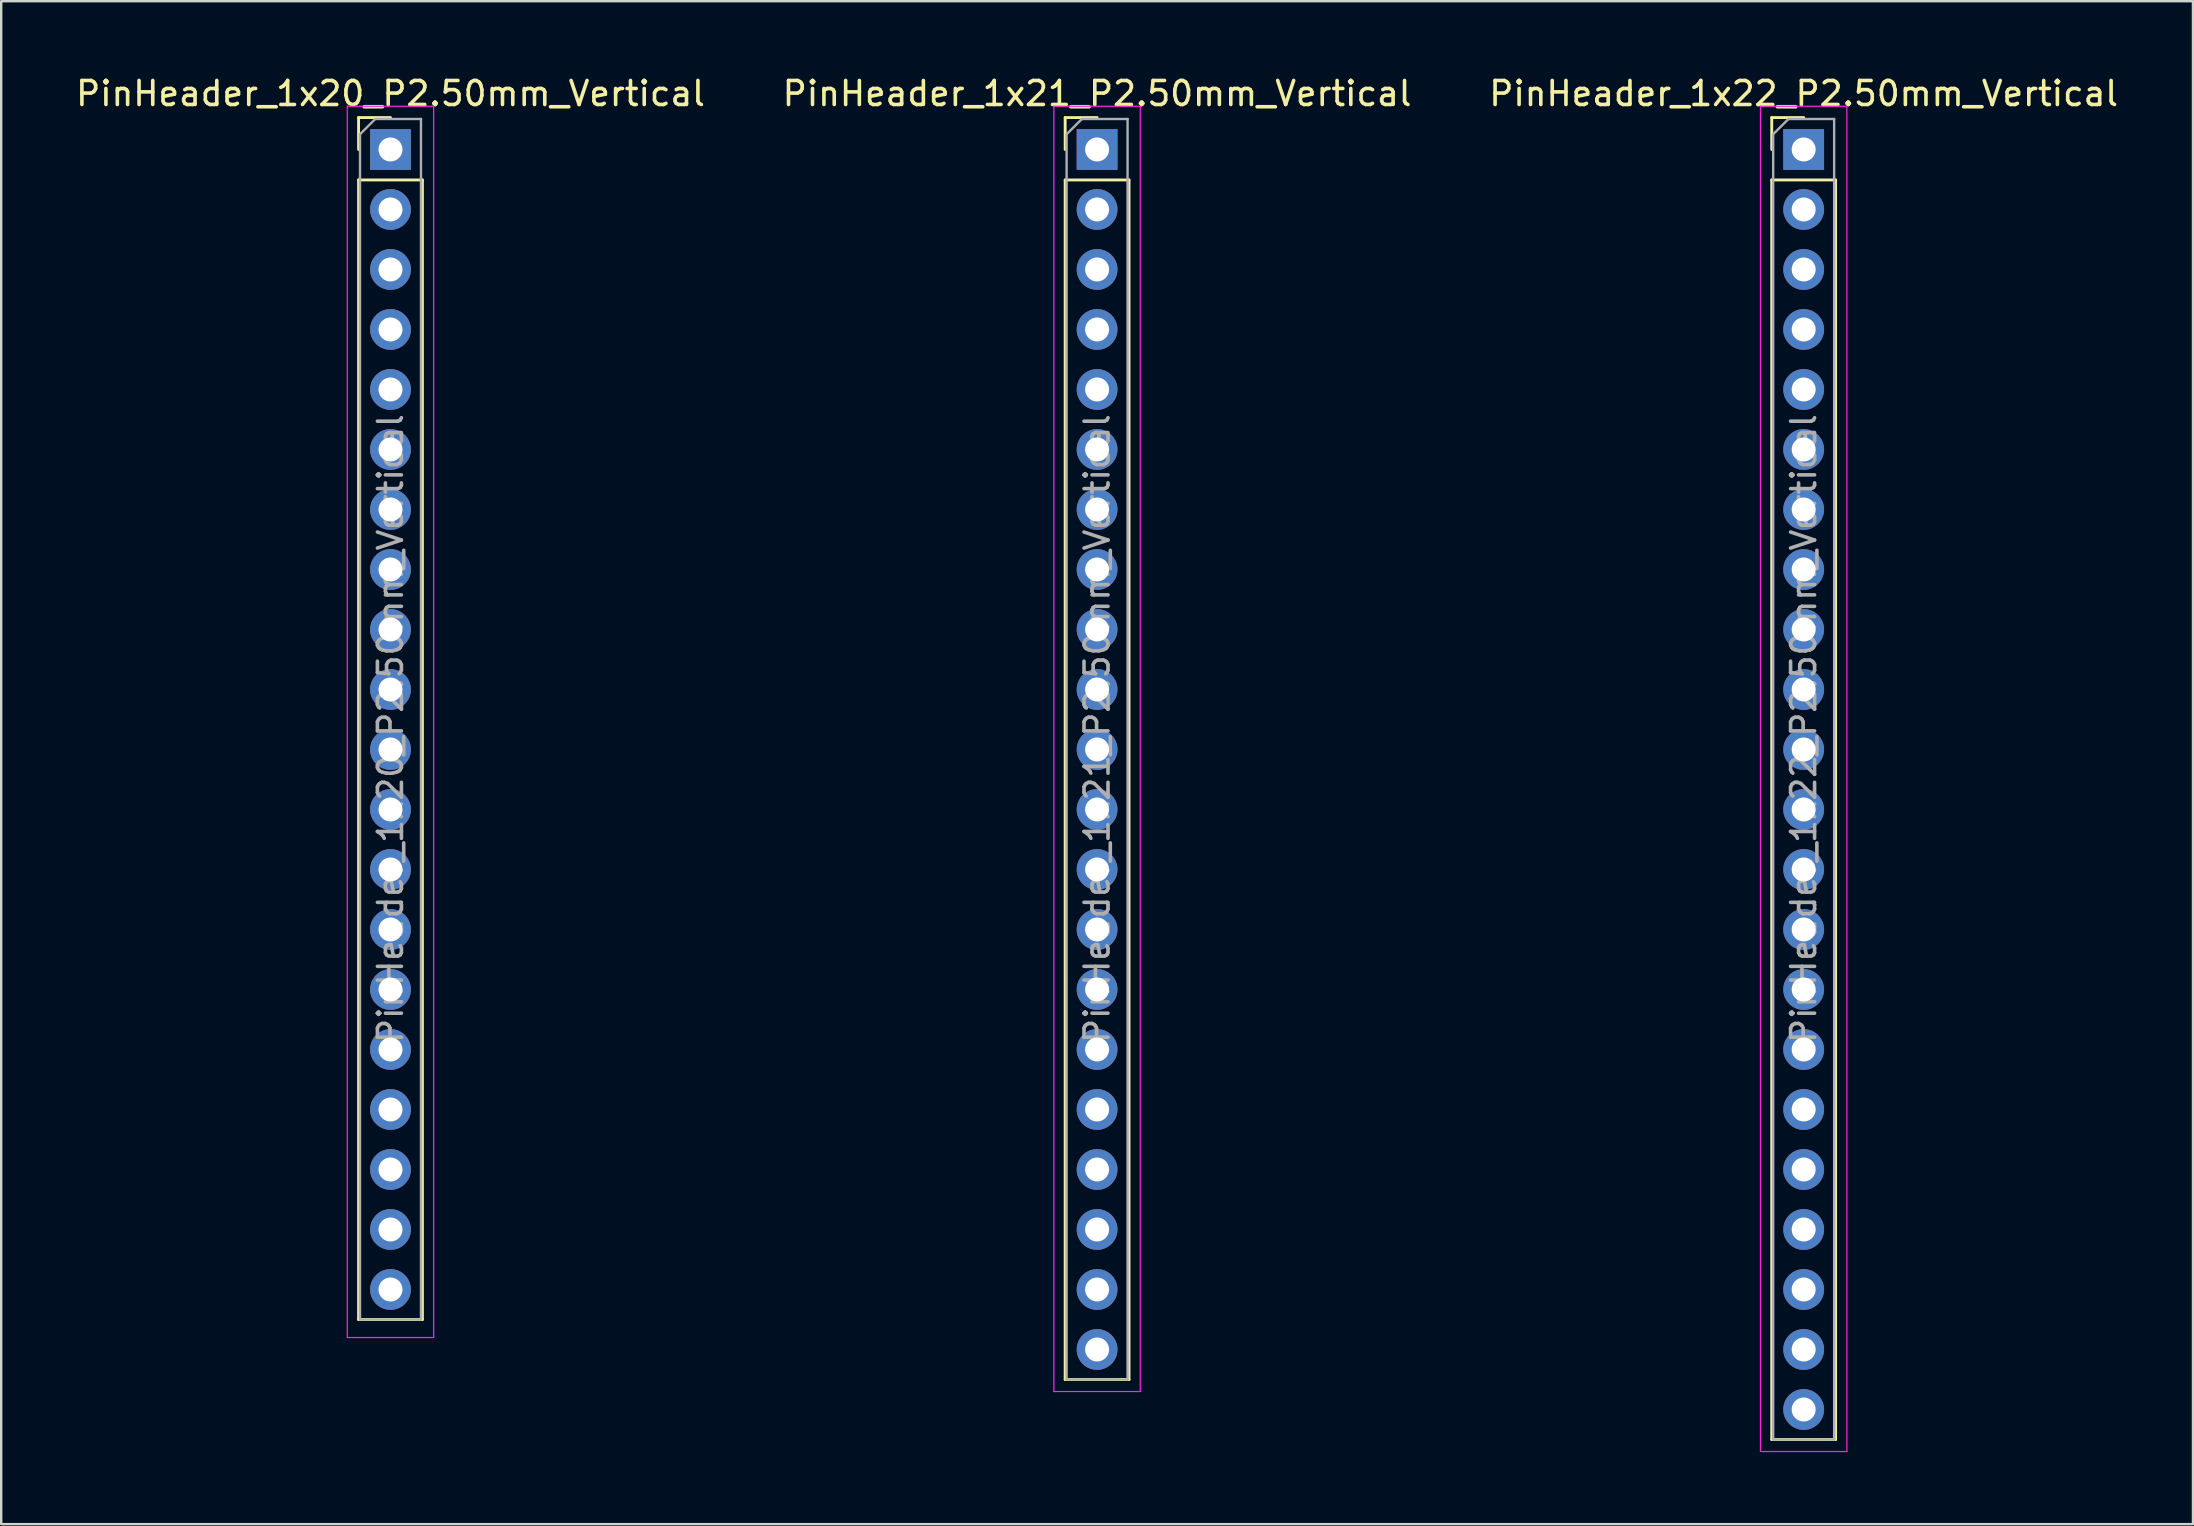
<source format=kicad_pcb>
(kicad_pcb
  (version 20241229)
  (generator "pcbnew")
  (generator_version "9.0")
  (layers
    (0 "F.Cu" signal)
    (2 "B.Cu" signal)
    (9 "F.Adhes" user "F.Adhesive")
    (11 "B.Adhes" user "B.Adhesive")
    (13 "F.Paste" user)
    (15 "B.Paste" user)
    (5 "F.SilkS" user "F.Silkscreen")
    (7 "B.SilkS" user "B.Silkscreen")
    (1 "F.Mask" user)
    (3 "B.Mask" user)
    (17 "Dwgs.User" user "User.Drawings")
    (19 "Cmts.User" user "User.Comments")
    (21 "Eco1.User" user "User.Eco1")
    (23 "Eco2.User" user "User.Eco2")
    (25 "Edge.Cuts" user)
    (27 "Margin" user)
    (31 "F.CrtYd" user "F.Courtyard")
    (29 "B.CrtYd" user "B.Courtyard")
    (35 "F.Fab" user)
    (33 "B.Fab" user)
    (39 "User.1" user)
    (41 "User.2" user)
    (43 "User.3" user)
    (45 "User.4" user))
  (footprint "PinHeader_1x20_P2.50mm_Vertical"
    (layer "F.Cu")
    (at 13.22 5.678)
    (property "Reference" "PinHeader_1x20_P2.50mm_Vertical" (at 0 -4.83 0) (layer "F.SilkS") (effects (font (size 1 1) (thickness 0.15))))
    (attr through_hole)
    (fp_line (start -1.33 -3.83) (end 0 -3.83) (stroke (width 0.12) (type solid)) (layer "F.SilkS"))
    (fp_line (start -1.33 -2.5) (end -1.33 -3.83) (stroke (width 0.12) (type solid)) (layer "F.SilkS"))
    (fp_line (start -1.33 -1.23) (end -1.33 46.25) (stroke (width 0.12) (type solid)) (layer "F.SilkS"))
    (fp_line (start -1.33 -1.23) (end 1.33 -1.23) (stroke (width 0.12) (type solid)) (layer "F.SilkS"))
    (fp_line (start -1.33 46.25) (end 1.33 46.25) (stroke (width 0.12) (type solid)) (layer "F.SilkS"))
    (fp_line (start 1.33 -1.23) (end 1.33 46.25) (stroke (width 0.12) (type solid)) (layer "F.SilkS"))
    (fp_line (start -1.8 -4.3) (end -1.8 47) (stroke (width 0.05) (type solid)) (layer "F.CrtYd"))
    (fp_line (start -1.8 47) (end 1.8 47) (stroke (width 0.05) (type solid)) (layer "F.CrtYd"))
    (fp_line (start 1.8 -4.3) (end -1.8 -4.3) (stroke (width 0.05) (type solid)) (layer "F.CrtYd"))
    (fp_line (start 1.8 47) (end 1.8 -4.3) (stroke (width 0.05) (type solid)) (layer "F.CrtYd"))
    (fp_line (start -1.27 -3.135) (end -0.635 -3.77) (stroke (width 0.1) (type solid)) (layer "F.Fab"))
    (fp_line (start -1.27 46.25) (end -1.27 -3.135) (stroke (width 0.1) (type solid)) (layer "F.Fab"))
    (fp_line (start -0.635 -3.77) (end 1.27 -3.77) (stroke (width 0.1) (type solid)) (layer "F.Fab"))
    (fp_line (start 1.27 -3.77) (end 1.27 46.25) (stroke (width 0.1) (type solid)) (layer "F.Fab"))
    (fp_line (start 1.27 46.25) (end -1.27 46.25) (stroke (width 0.1) (type solid)) (layer "F.Fab"))
    (fp_text user "${REFERENCE}" (at 0 21.63 90) (layer "F.Fab") (effects (font (size 1 1) (thickness 0.15))))
    (pad "1" thru_hole rect (at 0 -2.5) (size 1.7 1.7) (drill 1) (layers "*.Cu" "*.Mask"))
    (pad "2" thru_hole oval (at 0 0) (size 1.7 1.7) (drill 1) (layers "*.Cu" "*.Mask"))
    (pad "3" thru_hole oval (at 0 2.5) (size 1.7 1.7) (drill 1) (layers "*.Cu" "*.Mask"))
    (pad "4" thru_hole oval (at 0 5) (size 1.7 1.7) (drill 1) (layers "*.Cu" "*.Mask"))
    (pad "5" thru_hole oval (at 0 7.5) (size 1.7 1.7) (drill 1) (layers "*.Cu" "*.Mask"))
    (pad "6" thru_hole oval (at 0 10) (size 1.7 1.7) (drill 1) (layers "*.Cu" "*.Mask"))
    (pad "7" thru_hole oval (at 0 12.5) (size 1.7 1.7) (drill 1) (layers "*.Cu" "*.Mask"))
    (pad "8" thru_hole oval (at 0 15) (size 1.7 1.7) (drill 1) (layers "*.Cu" "*.Mask"))
    (pad "9" thru_hole oval (at 0 17.5) (size 1.7 1.7) (drill 1) (layers "*.Cu" "*.Mask"))
    (pad "10" thru_hole oval (at 0 20) (size 1.7 1.7) (drill 1) (layers "*.Cu" "*.Mask"))
    (pad "11" thru_hole oval (at 0 22.5) (size 1.7 1.7) (drill 1) (layers "*.Cu" "*.Mask"))
    (pad "12" thru_hole oval (at 0 25) (size 1.7 1.7) (drill 1) (layers "*.Cu" "*.Mask"))
    (pad "13" thru_hole oval (at 0 27.5) (size 1.7 1.7) (drill 1) (layers "*.Cu" "*.Mask"))
    (pad "14" thru_hole oval (at 0 30) (size 1.7 1.7) (drill 1) (layers "*.Cu" "*.Mask"))
    (pad "15" thru_hole oval (at 0 32.5) (size 1.7 1.7) (drill 1) (layers "*.Cu" "*.Mask"))
    (pad "16" thru_hole oval (at 0 35) (size 1.7 1.7) (drill 1) (layers "*.Cu" "*.Mask"))
    (pad "17" thru_hole oval (at 0 37.5) (size 1.7 1.7) (drill 1) (layers "*.Cu" "*.Mask"))
    (pad "18" thru_hole oval (at 0 40) (size 1.7 1.7) (drill 1) (layers "*.Cu" "*.Mask"))
    (pad "19" thru_hole oval (at 0 42.5) (size 1.7 1.7) (drill 1) (layers "*.Cu" "*.Mask"))
    (pad "20" thru_hole oval (at 0 45) (size 1.7 1.7) (drill 1) (layers "*.Cu" "*.Mask")))
  (footprint "PinHeader_1x21_P2.50mm_Vertical"
    (layer "F.Cu")
    (at 42.661 8.178)
    (property "Reference" "PinHeader_1x21_P2.50mm_Vertical" (at 0 -7.33 0) (layer "F.SilkS") (effects (font (size 1 1) (thickness 0.15))))
    (attr through_hole)
    (fp_line (start -1.33 -6.33) (end 0 -6.33) (stroke (width 0.12) (type solid)) (layer "F.SilkS"))
    (fp_line (start -1.33 -5) (end -1.33 -6.33) (stroke (width 0.12) (type solid)) (layer "F.SilkS"))
    (fp_line (start -1.33 -3.73) (end -1.33 46.25) (stroke (width 0.12) (type solid)) (layer "F.SilkS"))
    (fp_line (start -1.33 -3.73) (end 1.33 -3.73) (stroke (width 0.12) (type solid)) (layer "F.SilkS"))
    (fp_line (start -1.33 46.25) (end 1.33 46.25) (stroke (width 0.12) (type solid)) (layer "F.SilkS"))
    (fp_line (start 1.33 -3.73) (end 1.33 46.25) (stroke (width 0.12) (type solid)) (layer "F.SilkS"))
    (fp_line (start -1.8 -6.8) (end -1.8 46.75) (stroke (width 0.05) (type solid)) (layer "F.CrtYd"))
    (fp_line (start -1.8 46.75) (end 1.8 46.75) (stroke (width 0.05) (type solid)) (layer "F.CrtYd"))
    (fp_line (start 1.8 -6.8) (end -1.8 -6.8) (stroke (width 0.05) (type solid)) (layer "F.CrtYd"))
    (fp_line (start 1.8 46.75) (end 1.8 -6.8) (stroke (width 0.05) (type solid)) (layer "F.CrtYd"))
    (fp_line (start -1.27 -5.635) (end -0.635 -6.27) (stroke (width 0.1) (type solid)) (layer "F.Fab"))
    (fp_line (start -1.27 46.25) (end -1.27 -5.635) (stroke (width 0.1) (type solid)) (layer "F.Fab"))
    (fp_line (start -0.635 -6.27) (end 1.27 -6.27) (stroke (width 0.1) (type solid)) (layer "F.Fab"))
    (fp_line (start 1.27 -6.27) (end 1.27 46.25) (stroke (width 0.1) (type solid)) (layer "F.Fab"))
    (fp_line (start 1.27 46.25) (end -1.27 46.25) (stroke (width 0.1) (type solid)) (layer "F.Fab"))
    (fp_text user "${REFERENCE}" (at 0 19.13 90) (layer "F.Fab") (effects (font (size 1 1) (thickness 0.15))))
    (pad "1" thru_hole rect (at 0 -5) (size 1.7 1.7) (drill 1) (layers "*.Cu" "*.Mask"))
    (pad "2" thru_hole oval (at 0 -2.5) (size 1.7 1.7) (drill 1) (layers "*.Cu" "*.Mask"))
    (pad "3" thru_hole oval (at 0 0) (size 1.7 1.7) (drill 1) (layers "*.Cu" "*.Mask"))
    (pad "4" thru_hole oval (at 0 2.5) (size 1.7 1.7) (drill 1) (layers "*.Cu" "*.Mask"))
    (pad "5" thru_hole oval (at 0 5) (size 1.7 1.7) (drill 1) (layers "*.Cu" "*.Mask"))
    (pad "6" thru_hole oval (at 0 7.5) (size 1.7 1.7) (drill 1) (layers "*.Cu" "*.Mask"))
    (pad "7" thru_hole oval (at 0 10) (size 1.7 1.7) (drill 1) (layers "*.Cu" "*.Mask"))
    (pad "8" thru_hole oval (at 0 12.5) (size 1.7 1.7) (drill 1) (layers "*.Cu" "*.Mask"))
    (pad "9" thru_hole oval (at 0 15) (size 1.7 1.7) (drill 1) (layers "*.Cu" "*.Mask"))
    (pad "10" thru_hole oval (at 0 17.5) (size 1.7 1.7) (drill 1) (layers "*.Cu" "*.Mask"))
    (pad "11" thru_hole oval (at 0 20) (size 1.7 1.7) (drill 1) (layers "*.Cu" "*.Mask"))
    (pad "12" thru_hole oval (at 0 22.5) (size 1.7 1.7) (drill 1) (layers "*.Cu" "*.Mask"))
    (pad "13" thru_hole oval (at 0 25) (size 1.7 1.7) (drill 1) (layers "*.Cu" "*.Mask"))
    (pad "14" thru_hole oval (at 0 27.5) (size 1.7 1.7) (drill 1) (layers "*.Cu" "*.Mask"))
    (pad "15" thru_hole oval (at 0 30) (size 1.7 1.7) (drill 1) (layers "*.Cu" "*.Mask"))
    (pad "16" thru_hole oval (at 0 32.5) (size 1.7 1.7) (drill 1) (layers "*.Cu" "*.Mask"))
    (pad "17" thru_hole oval (at 0 35) (size 1.7 1.7) (drill 1) (layers "*.Cu" "*.Mask"))
    (pad "18" thru_hole oval (at 0 37.5) (size 1.7 1.7) (drill 1) (layers "*.Cu" "*.Mask"))
    (pad "19" thru_hole oval (at 0 40) (size 1.7 1.7) (drill 1) (layers "*.Cu" "*.Mask"))
    (pad "20" thru_hole oval (at 0 42.5) (size 1.7 1.7) (drill 1) (layers "*.Cu" "*.Mask"))
    (pad "21" thru_hole oval (at 0 45) (size 1.7 1.7) (drill 1) (layers "*.Cu" "*.Mask")))
  (footprint "PinHeader_1x22_P2.50mm_Vertical"
    (layer "F.Cu")
    (at 72.101 10.678)
    (property "Reference" "PinHeader_1x22_P2.50mm_Vertical" (at 0 -9.83 0) (layer "F.SilkS") (effects (font (size 1 1) (thickness 0.15))))
    (attr through_hole)
    (fp_line (start -1.33 -8.83) (end 0 -8.83) (stroke (width 0.12) (type solid)) (layer "F.SilkS"))
    (fp_line (start -1.33 -7.5) (end -1.33 -8.83) (stroke (width 0.12) (type solid)) (layer "F.SilkS"))
    (fp_line (start -1.33 -6.23) (end -1.33 46.25) (stroke (width 0.12) (type solid)) (layer "F.SilkS"))
    (fp_line (start -1.33 -6.23) (end 1.33 -6.23) (stroke (width 0.12) (type solid)) (layer "F.SilkS"))
    (fp_line (start -1.33 46.25) (end 1.33 46.25) (stroke (width 0.12) (type solid)) (layer "F.SilkS"))
    (fp_line (start 1.33 -6.23) (end 1.33 46.25) (stroke (width 0.12) (type solid)) (layer "F.SilkS"))
    (fp_line (start -1.8 -9.3) (end -1.8 46.75) (stroke (width 0.05) (type solid)) (layer "F.CrtYd"))
    (fp_line (start -1.8 46.75) (end 1.8 46.75) (stroke (width 0.05) (type solid)) (layer "F.CrtYd"))
    (fp_line (start 1.8 -9.3) (end -1.8 -9.3) (stroke (width 0.05) (type solid)) (layer "F.CrtYd"))
    (fp_line (start 1.8 46.75) (end 1.8 -9.3) (stroke (width 0.05) (type solid)) (layer "F.CrtYd"))
    (fp_line (start -1.27 -8.135) (end -0.635 -8.77) (stroke (width 0.1) (type solid)) (layer "F.Fab"))
    (fp_line (start -1.27 46.25) (end -1.27 -8.135) (stroke (width 0.1) (type solid)) (layer "F.Fab"))
    (fp_line (start -0.635 -8.77) (end 1.27 -8.77) (stroke (width 0.1) (type solid)) (layer "F.Fab"))
    (fp_line (start 1.27 -8.77) (end 1.27 46.25) (stroke (width 0.1) (type solid)) (layer "F.Fab"))
    (fp_line (start 1.27 46.25) (end -1.27 46.25) (stroke (width 0.1) (type solid)) (layer "F.Fab"))
    (fp_text user "${REFERENCE}" (at 0 16.63 90) (layer "F.Fab") (effects (font (size 1 1) (thickness 0.15))))
    (pad "1" thru_hole rect (at 0 -7.5) (size 1.7 1.7) (drill 1) (layers "*.Cu" "*.Mask"))
    (pad "2" thru_hole oval (at 0 -5) (size 1.7 1.7) (drill 1) (layers "*.Cu" "*.Mask"))
    (pad "3" thru_hole oval (at 0 -2.5) (size 1.7 1.7) (drill 1) (layers "*.Cu" "*.Mask"))
    (pad "4" thru_hole oval (at 0 0) (size 1.7 1.7) (drill 1) (layers "*.Cu" "*.Mask"))
    (pad "5" thru_hole oval (at 0 2.5) (size 1.7 1.7) (drill 1) (layers "*.Cu" "*.Mask"))
    (pad "6" thru_hole oval (at 0 5) (size 1.7 1.7) (drill 1) (layers "*.Cu" "*.Mask"))
    (pad "7" thru_hole oval (at 0 7.5) (size 1.7 1.7) (drill 1) (layers "*.Cu" "*.Mask"))
    (pad "8" thru_hole oval (at 0 10) (size 1.7 1.7) (drill 1) (layers "*.Cu" "*.Mask"))
    (pad "9" thru_hole oval (at 0 12.5) (size 1.7 1.7) (drill 1) (layers "*.Cu" "*.Mask"))
    (pad "10" thru_hole oval (at 0 15) (size 1.7 1.7) (drill 1) (layers "*.Cu" "*.Mask"))
    (pad "11" thru_hole oval (at 0 17.5) (size 1.7 1.7) (drill 1) (layers "*.Cu" "*.Mask"))
    (pad "12" thru_hole oval (at 0 20) (size 1.7 1.7) (drill 1) (layers "*.Cu" "*.Mask"))
    (pad "13" thru_hole oval (at 0 22.5) (size 1.7 1.7) (drill 1) (layers "*.Cu" "*.Mask"))
    (pad "14" thru_hole oval (at 0 25) (size 1.7 1.7) (drill 1) (layers "*.Cu" "*.Mask"))
    (pad "15" thru_hole oval (at 0 27.5) (size 1.7 1.7) (drill 1) (layers "*.Cu" "*.Mask"))
    (pad "16" thru_hole oval (at 0 30) (size 1.7 1.7) (drill 1) (layers "*.Cu" "*.Mask"))
    (pad "17" thru_hole oval (at 0 32.5) (size 1.7 1.7) (drill 1) (layers "*.Cu" "*.Mask"))
    (pad "18" thru_hole oval (at 0 35) (size 1.7 1.7) (drill 1) (layers "*.Cu" "*.Mask"))
    (pad "19" thru_hole oval (at 0 37.5) (size 1.7 1.7) (drill 1) (layers "*.Cu" "*.Mask"))
    (pad "20" thru_hole oval (at 0 40) (size 1.7 1.7) (drill 1) (layers "*.Cu" "*.Mask"))
    (pad "21" thru_hole oval (at 0 42.5) (size 1.7 1.7) (drill 1) (layers "*.Cu" "*.Mask"))
    (pad "22" thru_hole oval (at 0 45) (size 1.7 1.7) (drill 1) (layers "*.Cu" "*.Mask")))
  (gr_rect
    (start -3 -3)
    (end 88.321 60.453)
    (stroke (width 0.1) (type default))
    (fill no)
    (layer "Edge.Cuts")))
</source>
